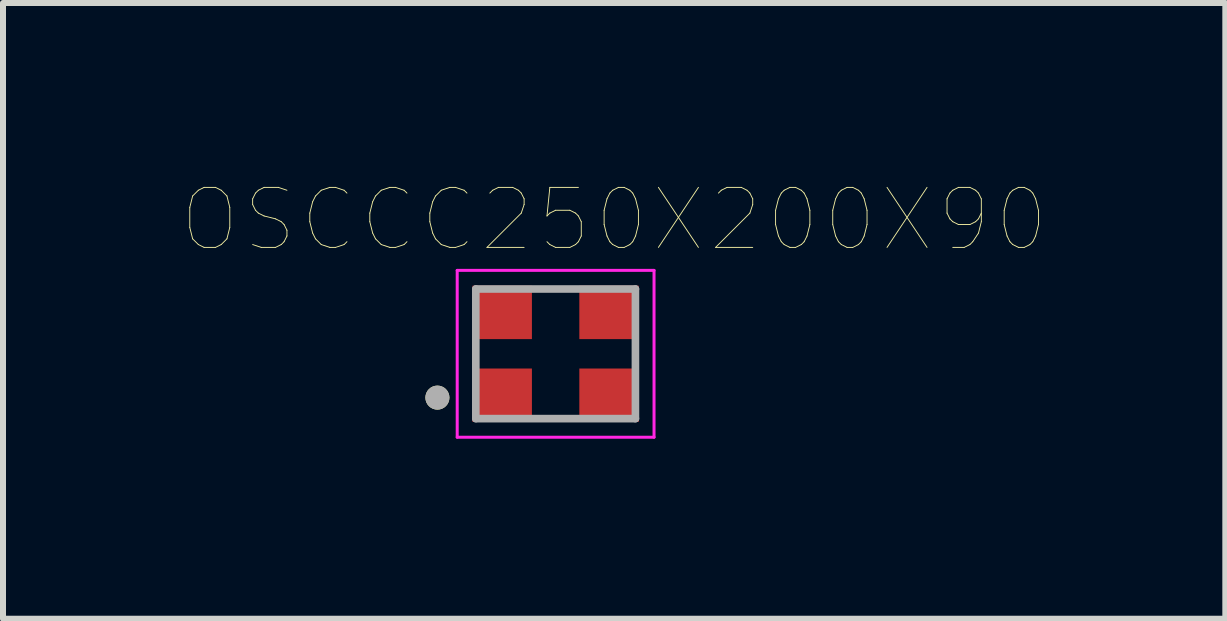
<source format=kicad_pcb>
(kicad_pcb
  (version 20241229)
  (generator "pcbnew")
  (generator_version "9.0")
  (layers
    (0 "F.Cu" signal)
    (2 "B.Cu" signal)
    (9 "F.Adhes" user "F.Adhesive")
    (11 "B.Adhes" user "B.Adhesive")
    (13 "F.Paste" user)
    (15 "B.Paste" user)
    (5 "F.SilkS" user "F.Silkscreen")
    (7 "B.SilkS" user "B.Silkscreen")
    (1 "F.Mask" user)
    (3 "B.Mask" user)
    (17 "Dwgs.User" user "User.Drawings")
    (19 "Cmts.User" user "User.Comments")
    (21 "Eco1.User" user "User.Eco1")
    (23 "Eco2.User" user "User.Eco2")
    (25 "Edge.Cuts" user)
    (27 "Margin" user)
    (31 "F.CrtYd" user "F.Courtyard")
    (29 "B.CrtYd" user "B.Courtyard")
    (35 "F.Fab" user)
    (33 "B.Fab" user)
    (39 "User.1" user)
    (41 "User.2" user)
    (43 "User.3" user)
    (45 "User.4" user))
  (footprint "OSCCC250X200X90"
    (layer "F.Cu")
    (at 6.209 2.846)
    (property "Reference" "OSCCC250X200X90" (at 0.975 -2.235 0) (layer "F.SilkS") (effects (font (size 1 1) (thickness 0.015))))
    (attr through_hole)
    (fp_circle (center -1.97 0.73) (end -1.87 0.73) (stroke (width 0.2) (type solid)) (fill no) (layer "F.SilkS"))
    (fp_line (start -1.64 -1.39) (end 1.64 -1.39) (stroke (width 0.05) (type solid)) (layer "F.CrtYd"))
    (fp_line (start -1.64 1.39) (end -1.64 -1.39) (stroke (width 0.05) (type solid)) (layer "F.CrtYd"))
    (fp_line (start 1.64 -1.39) (end 1.64 1.39) (stroke (width 0.05) (type solid)) (layer "F.CrtYd"))
    (fp_line (start 1.64 1.39) (end -1.64 1.39) (stroke (width 0.05) (type solid)) (layer "F.CrtYd"))
    (fp_line (start -1.33 -1.08) (end -1.33 1.08) (stroke (width 0.127) (type solid)) (layer "F.Fab"))
    (fp_line (start -1.33 1.08) (end 1.33 1.08) (stroke (width 0.127) (type solid)) (layer "F.Fab"))
    (fp_line (start 1.33 -1.08) (end -1.33 -1.08) (stroke (width 0.127) (type solid)) (layer "F.Fab"))
    (fp_line (start 1.33 1.08) (end 1.33 -1.08) (stroke (width 0.127) (type solid)) (layer "F.Fab"))
    (fp_circle (center -1.97 0.73) (end -1.87 0.73) (stroke (width 0.2) (type solid)) (fill no) (layer "F.Fab"))
    (pad "1" smd rect (at -0.89 0.69) (size 0.99 0.89) (layers "F.Cu" "F.Mask" "F.Paste"))
    (pad "2" smd rect (at 0.89 0.69) (size 0.99 0.89) (layers "F.Cu" "F.Mask" "F.Paste"))
    (pad "3" smd rect (at 0.89 -0.69) (size 0.99 0.89) (layers "F.Cu" "F.Mask" "F.Paste"))
    (pad "4" smd rect (at -0.89 -0.69) (size 0.99 0.89) (layers "F.Cu" "F.Mask" "F.Paste")))
  (gr_rect
    (start -3 -3)
    (end 17.369 7.261)
    (stroke (width 0.1) (type default))
    (fill no)
    (layer "Edge.Cuts")))
</source>
